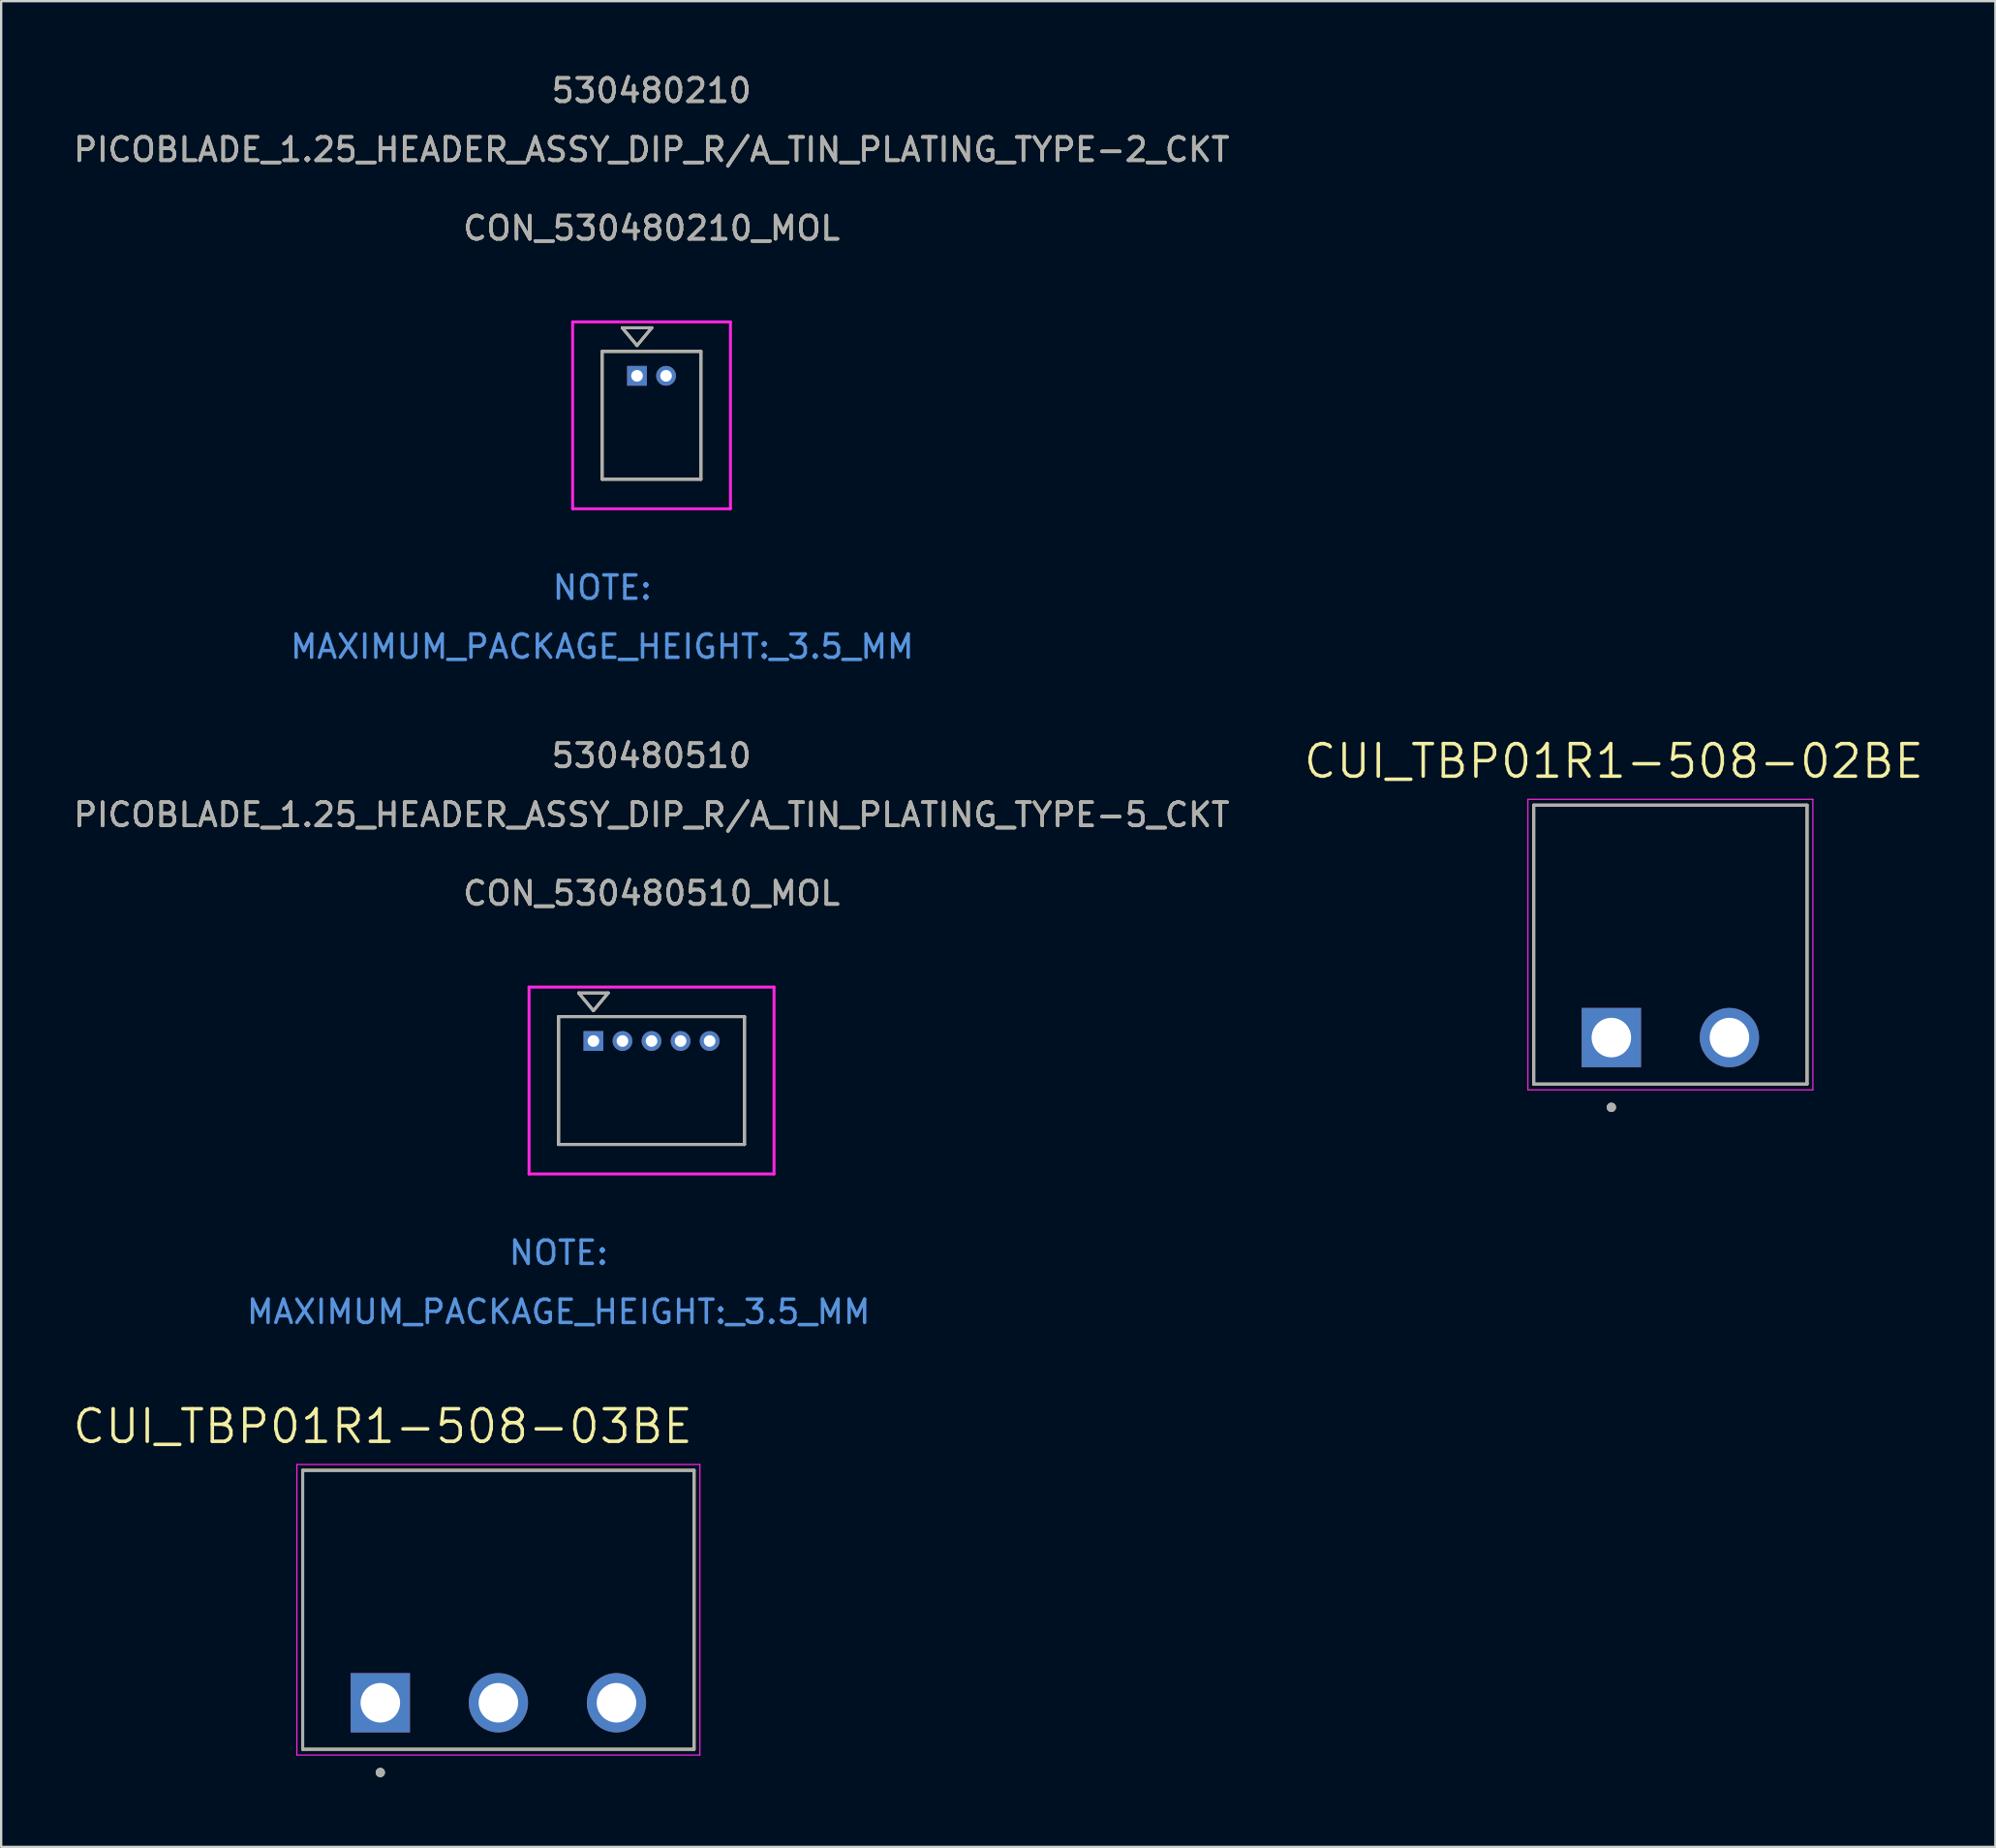
<source format=kicad_pcb>
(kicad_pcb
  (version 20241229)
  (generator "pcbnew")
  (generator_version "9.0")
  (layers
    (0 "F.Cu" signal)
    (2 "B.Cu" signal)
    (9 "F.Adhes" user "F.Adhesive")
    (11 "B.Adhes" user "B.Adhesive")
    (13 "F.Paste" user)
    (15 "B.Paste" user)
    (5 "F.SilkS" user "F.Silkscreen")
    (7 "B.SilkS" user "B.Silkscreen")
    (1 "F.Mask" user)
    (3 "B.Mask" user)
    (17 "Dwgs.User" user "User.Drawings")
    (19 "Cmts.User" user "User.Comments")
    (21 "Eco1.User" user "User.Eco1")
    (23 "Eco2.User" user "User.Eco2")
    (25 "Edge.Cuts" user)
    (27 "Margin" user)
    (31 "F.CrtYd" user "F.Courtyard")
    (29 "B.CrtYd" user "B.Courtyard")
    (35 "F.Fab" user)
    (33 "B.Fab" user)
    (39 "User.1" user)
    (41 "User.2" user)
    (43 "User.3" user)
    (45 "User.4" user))
  (footprint "CON_530480510_MOL"
    (layer "F.Cu")
    (at 22.482 41.735)
    (property "Reference" "CON_530480510_MOL" (at 2.5 -6.35 0) (unlocked yes) (layer "F.SilkS") (effects (font (size 1 1) (thickness 0.15))))
    (attr through_hole)
    (fp_line (start -1.5 -1.05) (end -1.5 4.45) (stroke (width 0.127) (type solid)) (layer "F.SilkS"))
    (fp_line (start -1.5 4.45) (end 6.5 4.45) (stroke (width 0.127) (type solid)) (layer "F.SilkS"))
    (fp_line (start -0.635 -2.066) (end 0 -1.304) (stroke (width 0.127) (type solid)) (layer "F.SilkS"))
    (fp_line (start 0 -1.304) (end 0.635 -2.066) (stroke (width 0.127) (type solid)) (layer "F.SilkS"))
    (fp_line (start 0.635 -2.066) (end -0.635 -2.066) (stroke (width 0.127) (type solid)) (layer "F.SilkS"))
    (fp_line (start 6.5 -1.05) (end -1.5 -1.05) (stroke (width 0.127) (type solid)) (layer "F.SilkS"))
    (fp_line (start 6.5 4.45) (end 6.5 -1.05) (stroke (width 0.127) (type solid)) (layer "F.SilkS"))
    (fp_line (start -2.77 -2.32) (end -2.77 5.72) (stroke (width 0.127) (type solid)) (layer "F.CrtYd"))
    (fp_line (start -2.77 5.72) (end 7.77 5.72) (stroke (width 0.127) (type solid)) (layer "F.CrtYd"))
    (fp_line (start 7.77 -2.32) (end -2.77 -2.32) (stroke (width 0.127) (type solid)) (layer "F.CrtYd"))
    (fp_line (start 7.77 5.72) (end 7.77 -2.32) (stroke (width 0.127) (type solid)) (layer "F.CrtYd"))
    (fp_line (start -1.5 -1.05) (end -1.5 4.45) (stroke (width 0.127) (type solid)) (layer "F.Fab"))
    (fp_line (start -1.5 4.45) (end 6.5 4.45) (stroke (width 0.127) (type solid)) (layer "F.Fab"))
    (fp_line (start -0.635 -2.066) (end 0 -1.304) (stroke (width 0.127) (type solid)) (layer "F.Fab"))
    (fp_line (start 0 -1.304) (end 0.635 -2.066) (stroke (width 0.127) (type solid)) (layer "F.Fab"))
    (fp_line (start 0.635 -2.066) (end -0.635 -2.066) (stroke (width 0.127) (type solid)) (layer "F.Fab"))
    (fp_line (start 6.5 -1.05) (end -1.5 -1.05) (stroke (width 0.127) (type solid)) (layer "F.Fab"))
    (fp_line (start 6.5 4.45) (end 6.5 -1.05) (stroke (width 0.127) (type solid)) (layer "F.Fab"))
    (fp_text user "PICOBLADE_1.25_HEADER_ASSY_DIP_R/A_TIN_PLATING_TYPE-5_CKT" (at 2.5 -9.73 0) (unlocked yes) (layer "F.SilkS") (effects (font (size 1 1) (thickness 0.15))))
    (fp_text user "530480510" (at 2.5 -12.27 0) (unlocked yes) (layer "F.SilkS") (effects (font (size 1 1) (thickness 0.15))))
    (fp_text user "NOTE:" (at -1.5 9.11 0) (unlocked yes) (layer "Cmts.User") (effects (font (size 1 1) (thickness 0.15))))
    (fp_text user "MAXIMUM_PACKAGE_HEIGHT:_3.5_MM" (at -1.5 11.65 0) (unlocked yes) (layer "Cmts.User") (effects (font (size 1 1) (thickness 0.15))))
    (fp_text user "${REFERENCE}" (at 2.5 -6.35 0) (unlocked yes) (layer "F.Fab") (effects (font (size 1 1) (thickness 0.15))))
    (fp_text user "530480510" (at 2.5 -12.27 0) (unlocked yes) (layer "F.Fab") (effects (font (size 1 1) (thickness 0.15))))
    (fp_text user "PICOBLADE_1.25_HEADER_ASSY_DIP_R/A_TIN_PLATING_TYPE-5_CKT" (at 2.5 -9.73 0) (unlocked yes) (layer "F.Fab") (effects (font (size 1 1) (thickness 0.15))))
    (pad "1" thru_hole rect (at 0 0) (size 0.85 0.85) (drill 0.5) (layers "*.Cu" "*.Mask"))
    (pad "2" thru_hole circle (at 1.25 0) (size 0.85 0.85) (drill 0.5) (layers "*.Cu" "*.Mask"))
    (pad "3" thru_hole circle (at 2.5 0) (size 0.85 0.85) (drill 0.5) (layers "*.Cu" "*.Mask"))
    (pad "4" thru_hole circle (at 3.75 0) (size 0.85 0.85) (drill 0.5) (layers "*.Cu" "*.Mask"))
    (pad "5" thru_hole circle (at 5 0) (size 0.85 0.85) (drill 0.5) (layers "*.Cu" "*.Mask")))
  (footprint "CUI_TBP01R1-508-02BE"
    (layer "F.Cu")
    (at 66.278 41.588)
    (property "Reference" "CUI_TBP01R1-508-02BE" (at 0.105 -11.889 0) (layer "F.SilkS") (effects (font (size 1.4 1.4) (thickness 0.15))))
    (attr through_hole)
    (fp_line (start -3.34 -10) (end 8.42 -10) (stroke (width 0.127) (type solid)) (layer "F.SilkS"))
    (fp_line (start -3.34 2) (end -3.34 -10) (stroke (width 0.127) (type solid)) (layer "F.SilkS"))
    (fp_line (start 8.42 -10) (end 8.42 2) (stroke (width 0.127) (type solid)) (layer "F.SilkS"))
    (fp_line (start 8.42 2) (end -3.34 2) (stroke (width 0.127) (type solid)) (layer "F.SilkS"))
    (fp_circle (center 0 3) (end 0.1 3) (stroke (width 0.2) (type solid)) (fill no) (layer "F.SilkS"))
    (fp_line (start -3.59 -10.25) (end 8.67 -10.25) (stroke (width 0.05) (type solid)) (layer "F.CrtYd"))
    (fp_line (start -3.59 2.25) (end -3.59 -10.25) (stroke (width 0.05) (type solid)) (layer "F.CrtYd"))
    (fp_line (start 8.67 -10.25) (end 8.67 2.25) (stroke (width 0.05) (type solid)) (layer "F.CrtYd"))
    (fp_line (start 8.67 2.25) (end -3.59 2.25) (stroke (width 0.05) (type solid)) (layer "F.CrtYd"))
    (fp_line (start -3.34 -10) (end 8.42 -10) (stroke (width 0.127) (type solid)) (layer "F.Fab"))
    (fp_line (start -3.34 2) (end -3.34 -10) (stroke (width 0.127) (type solid)) (layer "F.Fab"))
    (fp_line (start 8.42 -10) (end 8.42 2) (stroke (width 0.127) (type solid)) (layer "F.Fab"))
    (fp_line (start 8.42 2) (end -3.34 2) (stroke (width 0.127) (type solid)) (layer "F.Fab"))
    (fp_circle (center 0 3) (end 0.1 3) (stroke (width 0.2) (type solid)) (fill no) (layer "F.Fab"))
    (pad "1" thru_hole rect (at 0 0) (size 2.55 2.55) (drill 1.7) (layers "*.Cu" "*.Mask"))
    (pad "2" thru_hole circle (at 5.08 0) (size 2.55 2.55) (drill 1.7) (layers "*.Cu" "*.Mask")))
  (footprint "CUI_TBP01R1-508-03BE"
    (layer "F.Cu")
    (at 13.313 70.204)
    (property "Reference" "CUI_TBP01R1-508-03BE" (at 0.105 -11.889 0) (layer "F.SilkS") (effects (font (size 1.4 1.4) (thickness 0.15))))
    (attr through_hole)
    (fp_line (start -3.34 -10) (end 13.5 -10) (stroke (width 0.127) (type solid)) (layer "F.SilkS"))
    (fp_line (start -3.34 2) (end -3.34 -10) (stroke (width 0.127) (type solid)) (layer "F.SilkS"))
    (fp_line (start 13.5 -10) (end 13.5 2) (stroke (width 0.127) (type solid)) (layer "F.SilkS"))
    (fp_line (start 13.5 2) (end -3.34 2) (stroke (width 0.127) (type solid)) (layer "F.SilkS"))
    (fp_circle (center 0 3) (end 0.1 3) (stroke (width 0.2) (type solid)) (fill no) (layer "F.SilkS"))
    (fp_line (start -3.59 -10.25) (end 13.75 -10.25) (stroke (width 0.05) (type solid)) (layer "F.CrtYd"))
    (fp_line (start -3.59 2.25) (end -3.59 -10.25) (stroke (width 0.05) (type solid)) (layer "F.CrtYd"))
    (fp_line (start 13.75 -10.25) (end 13.75 2.25) (stroke (width 0.05) (type solid)) (layer "F.CrtYd"))
    (fp_line (start 13.75 2.25) (end -3.59 2.25) (stroke (width 0.05) (type solid)) (layer "F.CrtYd"))
    (fp_line (start -3.34 -10) (end 13.5 -10) (stroke (width 0.127) (type solid)) (layer "F.Fab"))
    (fp_line (start -3.34 2) (end -3.34 -10) (stroke (width 0.127) (type solid)) (layer "F.Fab"))
    (fp_line (start 13.5 -10) (end 13.5 2) (stroke (width 0.127) (type solid)) (layer "F.Fab"))
    (fp_line (start 13.5 2) (end -3.34 2) (stroke (width 0.127) (type solid)) (layer "F.Fab"))
    (fp_circle (center 0 3) (end 0.1 3) (stroke (width 0.2) (type solid)) (fill no) (layer "F.Fab"))
    (pad "1" thru_hole rect (at 0 0) (size 2.55 2.55) (drill 1.7) (layers "*.Cu" "*.Mask"))
    (pad "2" thru_hole circle (at 5.08 0) (size 2.55 2.55) (drill 1.7) (layers "*.Cu" "*.Mask"))
    (pad "3" thru_hole circle (at 10.16 0) (size 2.55 2.55) (drill 1.7) (layers "*.Cu" "*.Mask")))
  (footprint "CON_530480210_MOL"
    (layer "F.Cu")
    (at 24.357 13.118)
    (property "Reference" "CON_530480210_MOL" (at 0.625 -6.35 0) (unlocked yes) (layer "F.SilkS") (effects (font (size 1 1) (thickness 0.15))))
    (attr through_hole)
    (fp_line (start -1.5 -1.05) (end -1.5 4.45) (stroke (width 0.127) (type solid)) (layer "F.SilkS"))
    (fp_line (start -1.5 4.45) (end 2.75 4.45) (stroke (width 0.127) (type solid)) (layer "F.SilkS"))
    (fp_line (start -0.635 -2.066) (end 0 -1.304) (stroke (width 0.127) (type solid)) (layer "F.SilkS"))
    (fp_line (start 0 -1.304) (end 0.635 -2.066) (stroke (width 0.127) (type solid)) (layer "F.SilkS"))
    (fp_line (start 0.635 -2.066) (end -0.635 -2.066) (stroke (width 0.127) (type solid)) (layer "F.SilkS"))
    (fp_line (start 2.75 -1.05) (end -1.5 -1.05) (stroke (width 0.127) (type solid)) (layer "F.SilkS"))
    (fp_line (start 2.75 4.45) (end 2.75 -1.05) (stroke (width 0.127) (type solid)) (layer "F.SilkS"))
    (fp_line (start -2.77 -2.32) (end -2.77 5.72) (stroke (width 0.127) (type solid)) (layer "F.CrtYd"))
    (fp_line (start -2.77 5.72) (end 4.02 5.72) (stroke (width 0.127) (type solid)) (layer "F.CrtYd"))
    (fp_line (start 4.02 -2.32) (end -2.77 -2.32) (stroke (width 0.127) (type solid)) (layer "F.CrtYd"))
    (fp_line (start 4.02 5.72) (end 4.02 -2.32) (stroke (width 0.127) (type solid)) (layer "F.CrtYd"))
    (fp_line (start -1.5 -1.05) (end -1.5 4.45) (stroke (width 0.127) (type solid)) (layer "F.Fab"))
    (fp_line (start -1.5 4.45) (end 2.75 4.45) (stroke (width 0.127) (type solid)) (layer "F.Fab"))
    (fp_line (start -0.635 -2.066) (end 0 -1.304) (stroke (width 0.127) (type solid)) (layer "F.Fab"))
    (fp_line (start 0 -1.304) (end 0.635 -2.066) (stroke (width 0.127) (type solid)) (layer "F.Fab"))
    (fp_line (start 0.635 -2.066) (end -0.635 -2.066) (stroke (width 0.127) (type solid)) (layer "F.Fab"))
    (fp_line (start 2.75 -1.05) (end -1.5 -1.05) (stroke (width 0.127) (type solid)) (layer "F.Fab"))
    (fp_line (start 2.75 4.45) (end 2.75 -1.05) (stroke (width 0.127) (type solid)) (layer "F.Fab"))
    (fp_text user "530480210" (at 0.625 -12.27 0) (unlocked yes) (layer "F.SilkS") (effects (font (size 1 1) (thickness 0.15))))
    (fp_text user "PICOBLADE_1.25_HEADER_ASSY_DIP_R/A_TIN_PLATING_TYPE-2_CKT" (at 0.625 -9.73 0) (unlocked yes) (layer "F.SilkS") (effects (font (size 1 1) (thickness 0.15))))
    (fp_text user "NOTE:" (at -1.5 9.11 0) (unlocked yes) (layer "Cmts.User") (effects (font (size 1 1) (thickness 0.15))))
    (fp_text user "MAXIMUM_PACKAGE_HEIGHT:_3.5_MM" (at -1.5 11.65 0) (unlocked yes) (layer "Cmts.User") (effects (font (size 1 1) (thickness 0.15))))
    (fp_text user "530480210" (at 0.625 -12.27 0) (unlocked yes) (layer "F.Fab") (effects (font (size 1 1) (thickness 0.15))))
    (fp_text user "PICOBLADE_1.25_HEADER_ASSY_DIP_R/A_TIN_PLATING_TYPE-2_CKT" (at 0.625 -9.73 0) (unlocked yes) (layer "F.Fab") (effects (font (size 1 1) (thickness 0.15))))
    (fp_text user "${REFERENCE}" (at 0.625 -6.35 0) (unlocked yes) (layer "F.Fab") (effects (font (size 1 1) (thickness 0.15))))
    (pad "1" thru_hole rect (at 0 0) (size 0.85 0.85) (drill 0.5) (layers "*.Cu" "*.Mask"))
    (pad "2" thru_hole circle (at 1.25 0) (size 0.85 0.85) (drill 0.5) (layers "*.Cu" "*.Mask")))
  (gr_rect
    (start -3 -3)
    (end 82.801 76.404)
    (stroke (width 0.1) (type default))
    (fill no)
    (layer "Edge.Cuts")))
</source>
